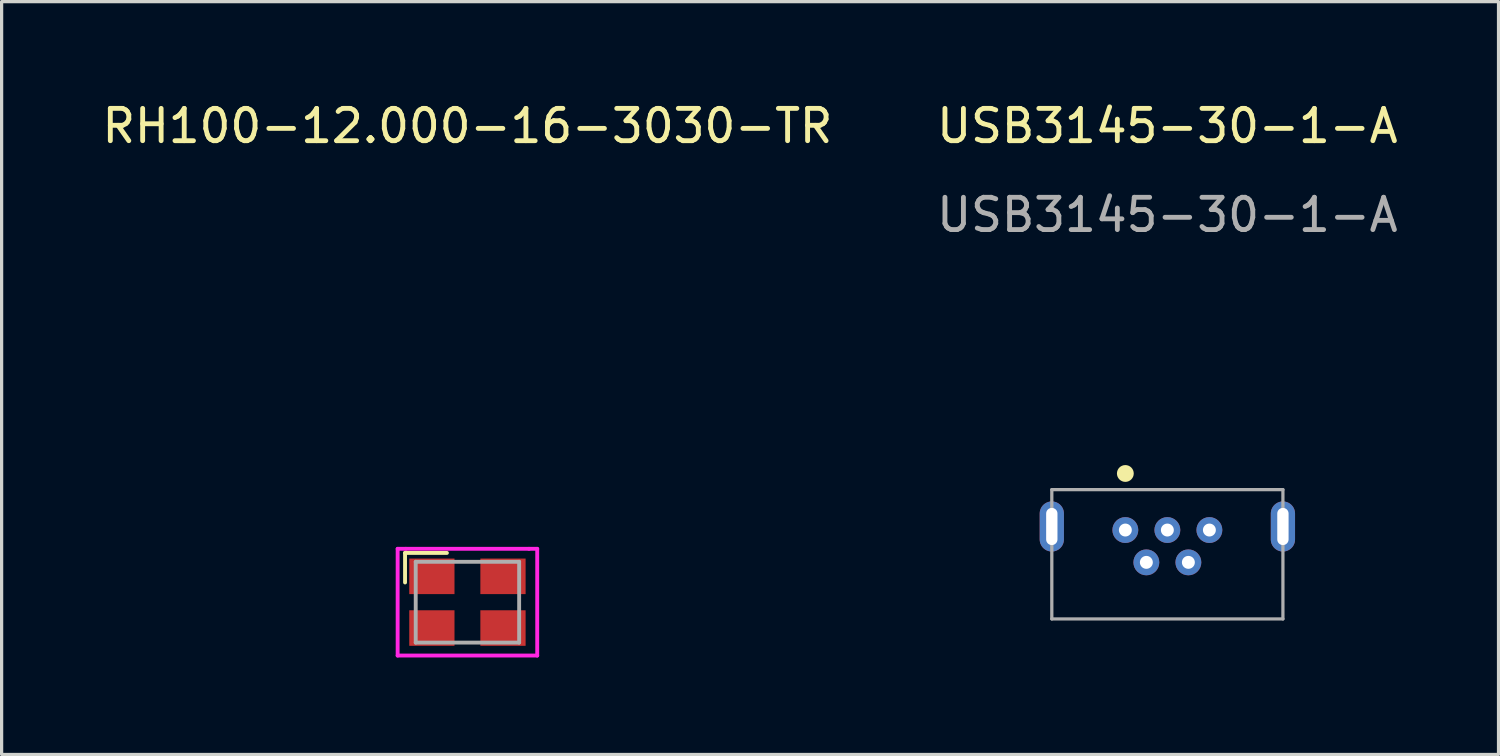
<source format=kicad_pcb>
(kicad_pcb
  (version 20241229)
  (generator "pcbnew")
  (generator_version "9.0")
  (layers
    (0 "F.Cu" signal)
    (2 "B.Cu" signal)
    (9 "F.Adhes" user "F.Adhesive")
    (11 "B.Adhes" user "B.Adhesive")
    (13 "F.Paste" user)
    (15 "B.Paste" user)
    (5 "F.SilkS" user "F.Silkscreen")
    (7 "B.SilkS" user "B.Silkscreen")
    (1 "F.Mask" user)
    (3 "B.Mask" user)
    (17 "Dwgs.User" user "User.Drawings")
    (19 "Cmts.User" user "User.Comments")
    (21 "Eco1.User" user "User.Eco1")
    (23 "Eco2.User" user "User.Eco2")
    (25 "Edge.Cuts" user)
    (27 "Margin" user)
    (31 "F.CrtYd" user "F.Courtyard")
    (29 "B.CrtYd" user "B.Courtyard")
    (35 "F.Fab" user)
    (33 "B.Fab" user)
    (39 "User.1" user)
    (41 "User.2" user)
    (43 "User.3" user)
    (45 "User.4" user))
  (footprint "RH100-12.000-16-3030-TR"
    (layer "F.Cu")
    (at 11.411 15.58)
    (property "Reference" "RH100-12.000-16-3030-TR" (at 0 -14.732 0) (layer "F.SilkS") (effects (font (size 1 1) (thickness 0.15))))
    (attr through_hole)
    (fp_line (start -1.93 -1.524) (end -0.635 -1.524) (stroke (width 0.12) (type solid)) (layer "F.SilkS"))
    (fp_line (start -1.93 -0.61) (end -1.93 -1.524) (stroke (width 0.12) (type solid)) (layer "F.SilkS"))
    (fp_line (start -2.159 -1.651) (end -1.905 -1.651) (stroke (width 0.12) (type solid)) (layer "F.CrtYd"))
    (fp_line (start -2.159 1.651) (end -2.159 -1.651) (stroke (width 0.12) (type solid)) (layer "F.CrtYd"))
    (fp_line (start -1.905 -1.651) (end 1.905 -1.651) (stroke (width 0.12) (type solid)) (layer "F.CrtYd"))
    (fp_line (start 1.905 -1.651) (end 2.159 -1.651) (stroke (width 0.12) (type solid)) (layer "F.CrtYd"))
    (fp_line (start 2.159 -1.651) (end 2.159 1.651) (stroke (width 0.12) (type solid)) (layer "F.CrtYd"))
    (fp_line (start 2.159 1.651) (end -2.159 1.651) (stroke (width 0.12) (type solid)) (layer "F.CrtYd"))
    (fp_line (start -1.6 -1.25) (end 1.6 -1.25) (stroke (width 0.12) (type solid)) (layer "F.Fab"))
    (fp_line (start -1.6 1.25) (end -1.6 -1.25) (stroke (width 0.12) (type solid)) (layer "F.Fab"))
    (fp_line (start 1.6 -1.25) (end 1.6 1.25) (stroke (width 0.12) (type solid)) (layer "F.Fab"))
    (fp_line (start 1.6 1.25) (end -1.6 1.25) (stroke (width 0.12) (type solid)) (layer "F.Fab"))
    (pad "1" smd rect (at -1.1 -0.8) (size 1.4 1.1) (layers "F.Cu" "F.Mask" "F.Paste"))
    (pad "2" smd rect (at 1.1 -0.8) (size 1.4 1.1) (layers "F.Cu" "F.Mask" "F.Paste"))
    (pad "3" smd rect (at 1.1 0.8) (size 1.4 1.1) (layers "F.Cu" "F.Mask" "F.Paste"))
    (pad "4" smd rect (at -1.1 0.8) (size 1.4 1.1) (layers "F.Cu" "F.Mask" "F.Paste")))
  (footprint "USB3145-30-1-A"
    (layer "F.Cu")
    (at 33.065 13.348)
    (property "Reference" "USB3145-30-1-A" (at 0 -12.5 0) (unlocked yes) (layer "F.SilkS") (effects (font (size 1 1) (thickness 0.15))))
    (attr through_hole)
    (fp_circle (center -1.3 -1.75) (end -1.1 -1.75) (stroke (width 0.12) (type solid)) (fill yes) (layer "F.SilkS"))
    (fp_line (start -3.575 -1.25) (end -3.575 2.75) (stroke (width 0.1) (type solid)) (layer "F.Fab"))
    (fp_line (start -3.575 -1.25) (end 3.575 -1.25) (stroke (width 0.1) (type solid)) (layer "F.Fab"))
    (fp_line (start -3.575 2.75) (end 3.575 2.75) (stroke (width 0.1) (type solid)) (layer "F.Fab"))
    (fp_line (start 3.575 -1.25) (end 3.575 2.75) (stroke (width 0.1) (type solid)) (layer "F.Fab"))
    (fp_text user "${REFERENCE}" (at 0 -9.75 0) (unlocked yes) (layer "F.Fab") (effects (font (size 1 1) (thickness 0.15))))
    (pad "" thru_hole oval (at -3.575 -0.11) (size 0.75 1.55) (drill oval 0.35 1.15) (layers "*.Cu" "*.Mask"))
    (pad "1" thru_hole circle (at -1.3 0) (size 0.8 0.8) (drill 0.4) (layers "*.Cu" "*.Mask"))
    (pad "2" thru_hole circle (at -0.65 1) (size 0.8 0.8) (drill 0.4) (layers "*.Cu" "*.Mask"))
    (pad "3" thru_hole circle (at 0 0) (size 0.8 0.8) (drill 0.4) (layers "*.Cu" "*.Mask"))
    (pad "4" thru_hole circle (at 0.65 1) (size 0.8 0.8) (drill 0.4) (layers "*.Cu" "*.Mask"))
    (pad "5" thru_hole circle (at 1.3 0) (size 0.8 0.8) (drill 0.4) (layers "*.Cu" "*.Mask"))
    (pad "6" thru_hole oval (at 3.575 -0.11) (size 0.75 1.55) (drill oval 0.35 1.15) (layers "*.Cu" "*.Mask")))
  (gr_rect
    (start -3 -3)
    (end 43.31 20.291)
    (stroke (width 0.1) (type default))
    (fill no)
    (layer "Edge.Cuts")))
</source>
